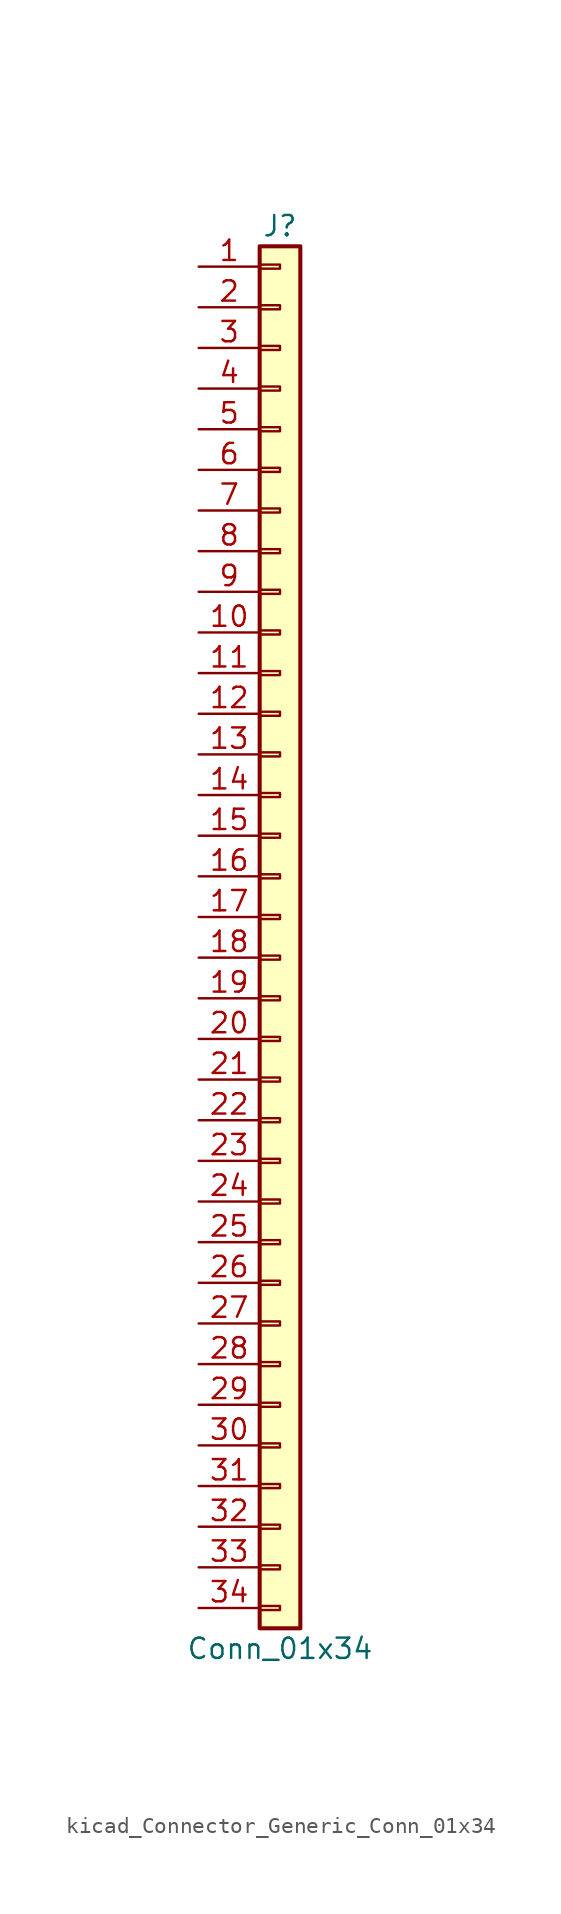
<source format=kicad_sym>
(kicad_symbol_lib
  (version 20220914)
  (generator kicad_symbol_editor)
  (symbol "kicad_Connector_Generic_Conn_01x34"
    (pin_names
      (offset 1.016) hide)
    (property "Reference" "J"
      (at 0 43.18 0)
      (effects (font (size 1.27 1.27))))
    (property "Value" "Conn_01x34"
      (at 0 -45.72 0)
      (effects (font (size 1.27 1.27))))
    (symbol "kicad_Connector_Generic_Conn_01x34_1_1"
      (rectangle (start -1.27 -43.053) (end 0 -43.307) (stroke (width 0.152) (type default)) (fill (type none)))
      (rectangle (start -1.27 -40.513) (end 0 -40.767) (stroke (width 0.152) (type default)) (fill (type none)))
      (rectangle (start -1.27 -37.973) (end 0 -38.227) (stroke (width 0.152) (type default)) (fill (type none)))
      (rectangle (start -1.27 -35.433) (end 0 -35.687) (stroke (width 0.152) (type default)) (fill (type none)))
      (rectangle (start -1.27 -32.893) (end 0 -33.147) (stroke (width 0.152) (type default)) (fill (type none)))
      (rectangle (start -1.27 -30.353) (end 0 -30.607) (stroke (width 0.152) (type default)) (fill (type none)))
      (rectangle (start -1.27 -27.813) (end 0 -28.067) (stroke (width 0.152) (type default)) (fill (type none)))
      (rectangle (start -1.27 -25.273) (end 0 -25.527) (stroke (width 0.152) (type default)) (fill (type none)))
      (rectangle (start -1.27 -22.733) (end 0 -22.987) (stroke (width 0.152) (type default)) (fill (type none)))
      (rectangle (start -1.27 -20.193) (end 0 -20.447) (stroke (width 0.152) (type default)) (fill (type none)))
      (rectangle (start -1.27 -17.653) (end 0 -17.907) (stroke (width 0.152) (type default)) (fill (type none)))
      (rectangle (start -1.27 -15.113) (end 0 -15.367) (stroke (width 0.152) (type default)) (fill (type none)))
      (rectangle (start -1.27 -12.573) (end 0 -12.827) (stroke (width 0.152) (type default)) (fill (type none)))
      (rectangle (start -1.27 -10.033) (end 0 -10.287) (stroke (width 0.152) (type default)) (fill (type none)))
      (rectangle (start -1.27 -7.493) (end 0 -7.747) (stroke (width 0.152) (type default)) (fill (type none)))
      (rectangle (start -1.27 -4.953) (end 0 -5.207) (stroke (width 0.152) (type default)) (fill (type none)))
      (rectangle (start -1.27 -2.413) (end 0 -2.667) (stroke (width 0.152) (type default)) (fill (type none)))
      (rectangle (start -1.27 0.127) (end 0 -0.127) (stroke (width 0.152) (type default)) (fill (type none)))
      (rectangle (start -1.27 2.667) (end 0 2.413) (stroke (width 0.152) (type default)) (fill (type none)))
      (rectangle (start -1.27 5.207) (end 0 4.953) (stroke (width 0.152) (type default)) (fill (type none)))
      (rectangle (start -1.27 7.747) (end 0 7.493) (stroke (width 0.152) (type default)) (fill (type none)))
      (rectangle (start -1.27 10.287) (end 0 10.033) (stroke (width 0.152) (type default)) (fill (type none)))
      (rectangle (start -1.27 12.827) (end 0 12.573) (stroke (width 0.152) (type default)) (fill (type none)))
      (rectangle (start -1.27 15.367) (end 0 15.113) (stroke (width 0.152) (type default)) (fill (type none)))
      (rectangle (start -1.27 17.907) (end 0 17.653) (stroke (width 0.152) (type default)) (fill (type none)))
      (rectangle (start -1.27 20.447) (end 0 20.193) (stroke (width 0.152) (type default)) (fill (type none)))
      (rectangle (start -1.27 22.987) (end 0 22.733) (stroke (width 0.152) (type default)) (fill (type none)))
      (rectangle (start -1.27 25.527) (end 0 25.273) (stroke (width 0.152) (type default)) (fill (type none)))
      (rectangle (start -1.27 28.067) (end 0 27.813) (stroke (width 0.152) (type default)) (fill (type none)))
      (rectangle (start -1.27 30.607) (end 0 30.353) (stroke (width 0.152) (type default)) (fill (type none)))
      (rectangle (start -1.27 33.147) (end 0 32.893) (stroke (width 0.152) (type default)) (fill (type none)))
      (rectangle (start -1.27 35.687) (end 0 35.433) (stroke (width 0.152) (type default)) (fill (type none)))
      (rectangle (start -1.27 38.227) (end 0 37.973) (stroke (width 0.152) (type default)) (fill (type none)))
      (rectangle (start -1.27 40.767) (end 0 40.513) (stroke (width 0.152) (type default)) (fill (type none)))
      (rectangle (start -1.27 41.91) (end 1.27 -44.45) (stroke (width 0.254) (type default)) (fill (type background)))
      (pin passive line (at -5.08 40.64 0) (length 3.81) (name "Pin_1" (effects (font (size 1.27 1.27)))) (number "1" (effects (font (size 1.27 1.27)))))
      (pin passive line (at -5.08 17.78 0) (length 3.81) (name "Pin_10" (effects (font (size 1.27 1.27)))) (number "10" (effects (font (size 1.27 1.27)))))
      (pin passive line (at -5.08 15.24 0) (length 3.81) (name "Pin_11" (effects (font (size 1.27 1.27)))) (number "11" (effects (font (size 1.27 1.27)))))
      (pin passive line (at -5.08 12.7 0) (length 3.81) (name "Pin_12" (effects (font (size 1.27 1.27)))) (number "12" (effects (font (size 1.27 1.27)))))
      (pin passive line (at -5.08 10.16 0) (length 3.81) (name "Pin_13" (effects (font (size 1.27 1.27)))) (number "13" (effects (font (size 1.27 1.27)))))
      (pin passive line (at -5.08 7.62 0) (length 3.81) (name "Pin_14" (effects (font (size 1.27 1.27)))) (number "14" (effects (font (size 1.27 1.27)))))
      (pin passive line (at -5.08 5.08 0) (length 3.81) (name "Pin_15" (effects (font (size 1.27 1.27)))) (number "15" (effects (font (size 1.27 1.27)))))
      (pin passive line (at -5.08 2.54 0) (length 3.81) (name "Pin_16" (effects (font (size 1.27 1.27)))) (number "16" (effects (font (size 1.27 1.27)))))
      (pin passive line (at -5.08 0 0) (length 3.81) (name "Pin_17" (effects (font (size 1.27 1.27)))) (number "17" (effects (font (size 1.27 1.27)))))
      (pin passive line (at -5.08 -2.54 0) (length 3.81) (name "Pin_18" (effects (font (size 1.27 1.27)))) (number "18" (effects (font (size 1.27 1.27)))))
      (pin passive line (at -5.08 -5.08 0) (length 3.81) (name "Pin_19" (effects (font (size 1.27 1.27)))) (number "19" (effects (font (size 1.27 1.27)))))
      (pin passive line (at -5.08 38.1 0) (length 3.81) (name "Pin_2" (effects (font (size 1.27 1.27)))) (number "2" (effects (font (size 1.27 1.27)))))
      (pin passive line (at -5.08 -7.62 0) (length 3.81) (name "Pin_20" (effects (font (size 1.27 1.27)))) (number "20" (effects (font (size 1.27 1.27)))))
      (pin passive line (at -5.08 -10.16 0) (length 3.81) (name "Pin_21" (effects (font (size 1.27 1.27)))) (number "21" (effects (font (size 1.27 1.27)))))
      (pin passive line (at -5.08 -12.7 0) (length 3.81) (name "Pin_22" (effects (font (size 1.27 1.27)))) (number "22" (effects (font (size 1.27 1.27)))))
      (pin passive line (at -5.08 -15.24 0) (length 3.81) (name "Pin_23" (effects (font (size 1.27 1.27)))) (number "23" (effects (font (size 1.27 1.27)))))
      (pin passive line (at -5.08 -17.78 0) (length 3.81) (name "Pin_24" (effects (font (size 1.27 1.27)))) (number "24" (effects (font (size 1.27 1.27)))))
      (pin passive line (at -5.08 -20.32 0) (length 3.81) (name "Pin_25" (effects (font (size 1.27 1.27)))) (number "25" (effects (font (size 1.27 1.27)))))
      (pin passive line (at -5.08 -22.86 0) (length 3.81) (name "Pin_26" (effects (font (size 1.27 1.27)))) (number "26" (effects (font (size 1.27 1.27)))))
      (pin passive line (at -5.08 -25.4 0) (length 3.81) (name "Pin_27" (effects (font (size 1.27 1.27)))) (number "27" (effects (font (size 1.27 1.27)))))
      (pin passive line (at -5.08 -27.94 0) (length 3.81) (name "Pin_28" (effects (font (size 1.27 1.27)))) (number "28" (effects (font (size 1.27 1.27)))))
      (pin passive line (at -5.08 -30.48 0) (length 3.81) (name "Pin_29" (effects (font (size 1.27 1.27)))) (number "29" (effects (font (size 1.27 1.27)))))
      (pin passive line (at -5.08 35.56 0) (length 3.81) (name "Pin_3" (effects (font (size 1.27 1.27)))) (number "3" (effects (font (size 1.27 1.27)))))
      (pin passive line (at -5.08 -33.02 0) (length 3.81) (name "Pin_30" (effects (font (size 1.27 1.27)))) (number "30" (effects (font (size 1.27 1.27)))))
      (pin passive line (at -5.08 -35.56 0) (length 3.81) (name "Pin_31" (effects (font (size 1.27 1.27)))) (number "31" (effects (font (size 1.27 1.27)))))
      (pin passive line (at -5.08 -38.1 0) (length 3.81) (name "Pin_32" (effects (font (size 1.27 1.27)))) (number "32" (effects (font (size 1.27 1.27)))))
      (pin passive line (at -5.08 -40.64 0) (length 3.81) (name "Pin_33" (effects (font (size 1.27 1.27)))) (number "33" (effects (font (size 1.27 1.27)))))
      (pin passive line (at -5.08 -43.18 0) (length 3.81) (name "Pin_34" (effects (font (size 1.27 1.27)))) (number "34" (effects (font (size 1.27 1.27)))))
      (pin passive line (at -5.08 33.02 0) (length 3.81) (name "Pin_4" (effects (font (size 1.27 1.27)))) (number "4" (effects (font (size 1.27 1.27)))))
      (pin passive line (at -5.08 30.48 0) (length 3.81) (name "Pin_5" (effects (font (size 1.27 1.27)))) (number "5" (effects (font (size 1.27 1.27)))))
      (pin passive line (at -5.08 27.94 0) (length 3.81) (name "Pin_6" (effects (font (size 1.27 1.27)))) (number "6" (effects (font (size 1.27 1.27)))))
      (pin passive line (at -5.08 25.4 0) (length 3.81) (name "Pin_7" (effects (font (size 1.27 1.27)))) (number "7" (effects (font (size 1.27 1.27)))))
      (pin passive line (at -5.08 22.86 0) (length 3.81) (name "Pin_8" (effects (font (size 1.27 1.27)))) (number "8" (effects (font (size 1.27 1.27)))))
      (pin passive line (at -5.08 20.32 0) (length 3.81) (name "Pin_9" (effects (font (size 1.27 1.27)))) (number "9" (effects (font (size 1.27 1.27))))))))
</source>
